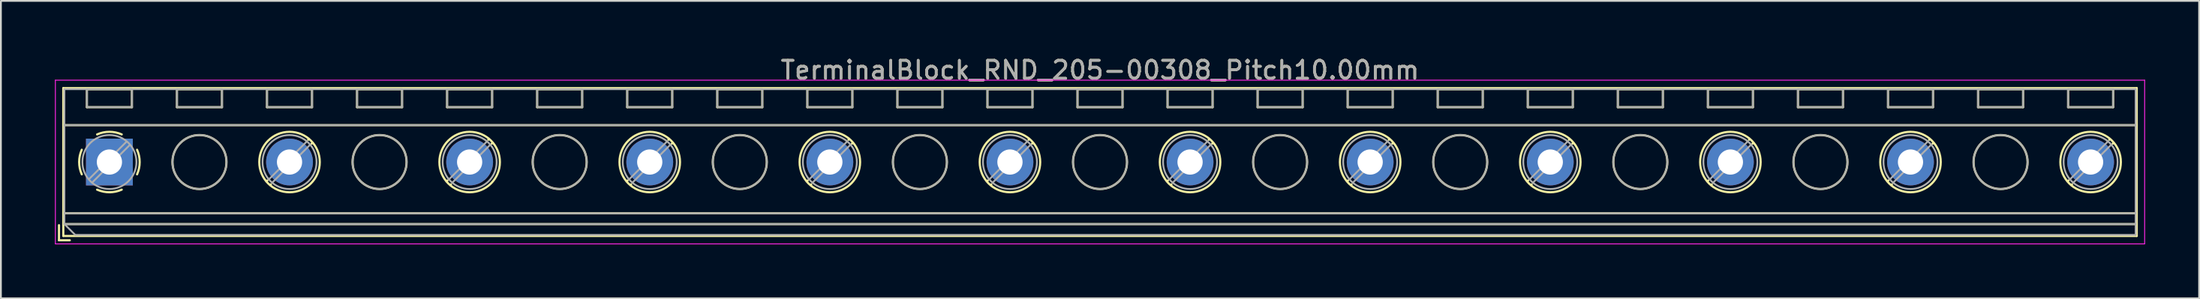
<source format=kicad_pcb>
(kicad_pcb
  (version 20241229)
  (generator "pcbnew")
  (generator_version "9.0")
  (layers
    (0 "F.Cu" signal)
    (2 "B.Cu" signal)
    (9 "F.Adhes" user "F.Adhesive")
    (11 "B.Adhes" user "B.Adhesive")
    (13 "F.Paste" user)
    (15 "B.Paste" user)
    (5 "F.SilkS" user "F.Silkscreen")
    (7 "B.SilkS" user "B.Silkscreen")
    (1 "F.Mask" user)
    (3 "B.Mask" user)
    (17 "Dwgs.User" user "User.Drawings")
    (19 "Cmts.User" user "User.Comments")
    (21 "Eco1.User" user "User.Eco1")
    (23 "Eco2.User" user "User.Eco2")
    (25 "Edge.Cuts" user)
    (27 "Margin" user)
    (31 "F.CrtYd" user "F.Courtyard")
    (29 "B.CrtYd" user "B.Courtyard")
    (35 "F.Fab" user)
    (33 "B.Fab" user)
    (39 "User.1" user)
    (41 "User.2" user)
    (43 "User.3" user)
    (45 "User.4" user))
  (footprint "TerminalBlock_RND_205-00308_Pitch10.00mm"
    (layer "F.Cu")
    (at 3.025 5.958)
    (property "Reference" "TerminalBlock_RND_205-00308_Pitch10.00mm" (at 55 -5.11 0) (layer "F.SilkS") (effects (font (size 1 1) (thickness 0.15))))
    (attr through_hole)
    (fp_line (start -2.8 3.51) (end -2.8 4.35) (stroke (width 0.12) (type solid)) (layer "F.SilkS"))
    (fp_line (start -2.8 4.35) (end -2.2 4.35) (stroke (width 0.12) (type solid)) (layer "F.SilkS"))
    (fp_line (start -2.56 -4.11) (end -2.56 4.11) (stroke (width 0.12) (type solid)) (layer "F.SilkS"))
    (fp_line (start -2.56 -2.05) (end 112.56 -2.05) (stroke (width 0.12) (type solid)) (layer "F.SilkS"))
    (fp_line (start -2.56 2.85) (end 112.56 2.85) (stroke (width 0.12) (type solid)) (layer "F.SilkS"))
    (fp_line (start -2.56 3.45) (end 112.56 3.45) (stroke (width 0.12) (type solid)) (layer "F.SilkS"))
    (fp_line (start -2.56 4.11) (end 112.56 4.11) (stroke (width 0.12) (type solid)) (layer "F.SilkS"))
    (fp_line (start -1.25 -4.05) (end -1.25 -3.05) (stroke (width 0.12) (type solid)) (layer "F.SilkS"))
    (fp_line (start -1.25 -4.05) (end 1.25 -4.05) (stroke (width 0.12) (type solid)) (layer "F.SilkS"))
    (fp_line (start -1.25 -3.05) (end 1.25 -3.05) (stroke (width 0.12) (type solid)) (layer "F.SilkS"))
    (fp_line (start 1.25 -4.05) (end 1.25 -3.05) (stroke (width 0.12) (type solid)) (layer "F.SilkS"))
    (fp_line (start 3.75 -4.05) (end 3.75 -3.05) (stroke (width 0.12) (type solid)) (layer "F.SilkS"))
    (fp_line (start 3.75 -4.05) (end 6.25 -4.05) (stroke (width 0.12) (type solid)) (layer "F.SilkS"))
    (fp_line (start 3.75 -3.05) (end 6.25 -3.05) (stroke (width 0.12) (type solid)) (layer "F.SilkS"))
    (fp_line (start 6.25 -4.05) (end 6.25 -3.05) (stroke (width 0.12) (type solid)) (layer "F.SilkS"))
    (fp_line (start 8.75 -4.05) (end 8.75 -3.05) (stroke (width 0.12) (type solid)) (layer "F.SilkS"))
    (fp_line (start 8.75 -4.05) (end 11.25 -4.05) (stroke (width 0.12) (type solid)) (layer "F.SilkS"))
    (fp_line (start 8.75 -3.05) (end 11.25 -3.05) (stroke (width 0.12) (type solid)) (layer "F.SilkS"))
    (fp_line (start 8.773 1.023) (end 8.726 1.069) (stroke (width 0.12) (type solid)) (layer "F.SilkS"))
    (fp_line (start 8.966 1.239) (end 8.931 1.274) (stroke (width 0.12) (type solid)) (layer "F.SilkS"))
    (fp_line (start 11.07 -1.275) (end 11.035 -1.239) (stroke (width 0.12) (type solid)) (layer "F.SilkS"))
    (fp_line (start 11.25 -4.05) (end 11.25 -3.05) (stroke (width 0.12) (type solid)) (layer "F.SilkS"))
    (fp_line (start 11.275 -1.069) (end 11.228 -1.023) (stroke (width 0.12) (type solid)) (layer "F.SilkS"))
    (fp_line (start 13.75 -4.05) (end 13.75 -3.05) (stroke (width 0.12) (type solid)) (layer "F.SilkS"))
    (fp_line (start 13.75 -4.05) (end 16.25 -4.05) (stroke (width 0.12) (type solid)) (layer "F.SilkS"))
    (fp_line (start 13.75 -3.05) (end 16.25 -3.05) (stroke (width 0.12) (type solid)) (layer "F.SilkS"))
    (fp_line (start 16.25 -4.05) (end 16.25 -3.05) (stroke (width 0.12) (type solid)) (layer "F.SilkS"))
    (fp_line (start 18.75 -4.05) (end 18.75 -3.05) (stroke (width 0.12) (type solid)) (layer "F.SilkS"))
    (fp_line (start 18.75 -4.05) (end 21.25 -4.05) (stroke (width 0.12) (type solid)) (layer "F.SilkS"))
    (fp_line (start 18.75 -3.05) (end 21.25 -3.05) (stroke (width 0.12) (type solid)) (layer "F.SilkS"))
    (fp_line (start 18.773 1.023) (end 18.726 1.069) (stroke (width 0.12) (type solid)) (layer "F.SilkS"))
    (fp_line (start 18.966 1.239) (end 18.931 1.274) (stroke (width 0.12) (type solid)) (layer "F.SilkS"))
    (fp_line (start 21.07 -1.275) (end 21.035 -1.239) (stroke (width 0.12) (type solid)) (layer "F.SilkS"))
    (fp_line (start 21.25 -4.05) (end 21.25 -3.05) (stroke (width 0.12) (type solid)) (layer "F.SilkS"))
    (fp_line (start 21.275 -1.069) (end 21.228 -1.023) (stroke (width 0.12) (type solid)) (layer "F.SilkS"))
    (fp_line (start 23.75 -4.05) (end 23.75 -3.05) (stroke (width 0.12) (type solid)) (layer "F.SilkS"))
    (fp_line (start 23.75 -4.05) (end 26.25 -4.05) (stroke (width 0.12) (type solid)) (layer "F.SilkS"))
    (fp_line (start 23.75 -3.05) (end 26.25 -3.05) (stroke (width 0.12) (type solid)) (layer "F.SilkS"))
    (fp_line (start 26.25 -4.05) (end 26.25 -3.05) (stroke (width 0.12) (type solid)) (layer "F.SilkS"))
    (fp_line (start 28.75 -4.05) (end 28.75 -3.05) (stroke (width 0.12) (type solid)) (layer "F.SilkS"))
    (fp_line (start 28.75 -4.05) (end 31.25 -4.05) (stroke (width 0.12) (type solid)) (layer "F.SilkS"))
    (fp_line (start 28.75 -3.05) (end 31.25 -3.05) (stroke (width 0.12) (type solid)) (layer "F.SilkS"))
    (fp_line (start 28.773 1.023) (end 28.726 1.069) (stroke (width 0.12) (type solid)) (layer "F.SilkS"))
    (fp_line (start 28.966 1.239) (end 28.931 1.274) (stroke (width 0.12) (type solid)) (layer "F.SilkS"))
    (fp_line (start 31.07 -1.275) (end 31.035 -1.239) (stroke (width 0.12) (type solid)) (layer "F.SilkS"))
    (fp_line (start 31.25 -4.05) (end 31.25 -3.05) (stroke (width 0.12) (type solid)) (layer "F.SilkS"))
    (fp_line (start 31.275 -1.069) (end 31.228 -1.023) (stroke (width 0.12) (type solid)) (layer "F.SilkS"))
    (fp_line (start 33.75 -4.05) (end 33.75 -3.05) (stroke (width 0.12) (type solid)) (layer "F.SilkS"))
    (fp_line (start 33.75 -4.05) (end 36.25 -4.05) (stroke (width 0.12) (type solid)) (layer "F.SilkS"))
    (fp_line (start 33.75 -3.05) (end 36.25 -3.05) (stroke (width 0.12) (type solid)) (layer "F.SilkS"))
    (fp_line (start 36.25 -4.05) (end 36.25 -3.05) (stroke (width 0.12) (type solid)) (layer "F.SilkS"))
    (fp_line (start 38.75 -4.05) (end 38.75 -3.05) (stroke (width 0.12) (type solid)) (layer "F.SilkS"))
    (fp_line (start 38.75 -4.05) (end 41.25 -4.05) (stroke (width 0.12) (type solid)) (layer "F.SilkS"))
    (fp_line (start 38.75 -3.05) (end 41.25 -3.05) (stroke (width 0.12) (type solid)) (layer "F.SilkS"))
    (fp_line (start 38.773 1.023) (end 38.726 1.069) (stroke (width 0.12) (type solid)) (layer "F.SilkS"))
    (fp_line (start 38.966 1.239) (end 38.931 1.274) (stroke (width 0.12) (type solid)) (layer "F.SilkS"))
    (fp_line (start 41.07 -1.275) (end 41.035 -1.239) (stroke (width 0.12) (type solid)) (layer "F.SilkS"))
    (fp_line (start 41.25 -4.05) (end 41.25 -3.05) (stroke (width 0.12) (type solid)) (layer "F.SilkS"))
    (fp_line (start 41.275 -1.069) (end 41.228 -1.023) (stroke (width 0.12) (type solid)) (layer "F.SilkS"))
    (fp_line (start 43.75 -4.05) (end 43.75 -3.05) (stroke (width 0.12) (type solid)) (layer "F.SilkS"))
    (fp_line (start 43.75 -4.05) (end 46.25 -4.05) (stroke (width 0.12) (type solid)) (layer "F.SilkS"))
    (fp_line (start 43.75 -3.05) (end 46.25 -3.05) (stroke (width 0.12) (type solid)) (layer "F.SilkS"))
    (fp_line (start 46.25 -4.05) (end 46.25 -3.05) (stroke (width 0.12) (type solid)) (layer "F.SilkS"))
    (fp_line (start 48.75 -4.05) (end 48.75 -3.05) (stroke (width 0.12) (type solid)) (layer "F.SilkS"))
    (fp_line (start 48.75 -4.05) (end 51.25 -4.05) (stroke (width 0.12) (type solid)) (layer "F.SilkS"))
    (fp_line (start 48.75 -3.05) (end 51.25 -3.05) (stroke (width 0.12) (type solid)) (layer "F.SilkS"))
    (fp_line (start 48.773 1.023) (end 48.726 1.069) (stroke (width 0.12) (type solid)) (layer "F.SilkS"))
    (fp_line (start 48.966 1.239) (end 48.931 1.274) (stroke (width 0.12) (type solid)) (layer "F.SilkS"))
    (fp_line (start 51.07 -1.275) (end 51.035 -1.239) (stroke (width 0.12) (type solid)) (layer "F.SilkS"))
    (fp_line (start 51.25 -4.05) (end 51.25 -3.05) (stroke (width 0.12) (type solid)) (layer "F.SilkS"))
    (fp_line (start 51.275 -1.069) (end 51.228 -1.023) (stroke (width 0.12) (type solid)) (layer "F.SilkS"))
    (fp_line (start 53.75 -4.05) (end 53.75 -3.05) (stroke (width 0.12) (type solid)) (layer "F.SilkS"))
    (fp_line (start 53.75 -4.05) (end 56.25 -4.05) (stroke (width 0.12) (type solid)) (layer "F.SilkS"))
    (fp_line (start 53.75 -3.05) (end 56.25 -3.05) (stroke (width 0.12) (type solid)) (layer "F.SilkS"))
    (fp_line (start 56.25 -4.05) (end 56.25 -3.05) (stroke (width 0.12) (type solid)) (layer "F.SilkS"))
    (fp_line (start 58.75 -4.05) (end 58.75 -3.05) (stroke (width 0.12) (type solid)) (layer "F.SilkS"))
    (fp_line (start 58.75 -4.05) (end 61.25 -4.05) (stroke (width 0.12) (type solid)) (layer "F.SilkS"))
    (fp_line (start 58.75 -3.05) (end 61.25 -3.05) (stroke (width 0.12) (type solid)) (layer "F.SilkS"))
    (fp_line (start 58.773 1.023) (end 58.726 1.069) (stroke (width 0.12) (type solid)) (layer "F.SilkS"))
    (fp_line (start 58.966 1.239) (end 58.931 1.274) (stroke (width 0.12) (type solid)) (layer "F.SilkS"))
    (fp_line (start 61.07 -1.275) (end 61.035 -1.239) (stroke (width 0.12) (type solid)) (layer "F.SilkS"))
    (fp_line (start 61.25 -4.05) (end 61.25 -3.05) (stroke (width 0.12) (type solid)) (layer "F.SilkS"))
    (fp_line (start 61.275 -1.069) (end 61.228 -1.023) (stroke (width 0.12) (type solid)) (layer "F.SilkS"))
    (fp_line (start 63.75 -4.05) (end 63.75 -3.05) (stroke (width 0.12) (type solid)) (layer "F.SilkS"))
    (fp_line (start 63.75 -4.05) (end 66.25 -4.05) (stroke (width 0.12) (type solid)) (layer "F.SilkS"))
    (fp_line (start 63.75 -3.05) (end 66.25 -3.05) (stroke (width 0.12) (type solid)) (layer "F.SilkS"))
    (fp_line (start 66.25 -4.05) (end 66.25 -3.05) (stroke (width 0.12) (type solid)) (layer "F.SilkS"))
    (fp_line (start 68.75 -4.05) (end 68.75 -3.05) (stroke (width 0.12) (type solid)) (layer "F.SilkS"))
    (fp_line (start 68.75 -4.05) (end 71.25 -4.05) (stroke (width 0.12) (type solid)) (layer "F.SilkS"))
    (fp_line (start 68.75 -3.05) (end 71.25 -3.05) (stroke (width 0.12) (type solid)) (layer "F.SilkS"))
    (fp_line (start 68.773 1.023) (end 68.726 1.069) (stroke (width 0.12) (type solid)) (layer "F.SilkS"))
    (fp_line (start 68.966 1.239) (end 68.931 1.274) (stroke (width 0.12) (type solid)) (layer "F.SilkS"))
    (fp_line (start 71.07 -1.275) (end 71.035 -1.239) (stroke (width 0.12) (type solid)) (layer "F.SilkS"))
    (fp_line (start 71.25 -4.05) (end 71.25 -3.05) (stroke (width 0.12) (type solid)) (layer "F.SilkS"))
    (fp_line (start 71.275 -1.069) (end 71.228 -1.023) (stroke (width 0.12) (type solid)) (layer "F.SilkS"))
    (fp_line (start 73.75 -4.05) (end 73.75 -3.05) (stroke (width 0.12) (type solid)) (layer "F.SilkS"))
    (fp_line (start 73.75 -4.05) (end 76.25 -4.05) (stroke (width 0.12) (type solid)) (layer "F.SilkS"))
    (fp_line (start 73.75 -3.05) (end 76.25 -3.05) (stroke (width 0.12) (type solid)) (layer "F.SilkS"))
    (fp_line (start 76.25 -4.05) (end 76.25 -3.05) (stroke (width 0.12) (type solid)) (layer "F.SilkS"))
    (fp_line (start 78.75 -4.05) (end 78.75 -3.05) (stroke (width 0.12) (type solid)) (layer "F.SilkS"))
    (fp_line (start 78.75 -4.05) (end 81.25 -4.05) (stroke (width 0.12) (type solid)) (layer "F.SilkS"))
    (fp_line (start 78.75 -3.05) (end 81.25 -3.05) (stroke (width 0.12) (type solid)) (layer "F.SilkS"))
    (fp_line (start 78.773 1.023) (end 78.726 1.069) (stroke (width 0.12) (type solid)) (layer "F.SilkS"))
    (fp_line (start 78.966 1.239) (end 78.931 1.274) (stroke (width 0.12) (type solid)) (layer "F.SilkS"))
    (fp_line (start 81.07 -1.275) (end 81.035 -1.239) (stroke (width 0.12) (type solid)) (layer "F.SilkS"))
    (fp_line (start 81.25 -4.05) (end 81.25 -3.05) (stroke (width 0.12) (type solid)) (layer "F.SilkS"))
    (fp_line (start 81.275 -1.069) (end 81.228 -1.023) (stroke (width 0.12) (type solid)) (layer "F.SilkS"))
    (fp_line (start 83.75 -4.05) (end 83.75 -3.05) (stroke (width 0.12) (type solid)) (layer "F.SilkS"))
    (fp_line (start 83.75 -4.05) (end 86.25 -4.05) (stroke (width 0.12) (type solid)) (layer "F.SilkS"))
    (fp_line (start 83.75 -3.05) (end 86.25 -3.05) (stroke (width 0.12) (type solid)) (layer "F.SilkS"))
    (fp_line (start 86.25 -4.05) (end 86.25 -3.05) (stroke (width 0.12) (type solid)) (layer "F.SilkS"))
    (fp_line (start 88.75 -4.05) (end 88.75 -3.05) (stroke (width 0.12) (type solid)) (layer "F.SilkS"))
    (fp_line (start 88.75 -4.05) (end 91.25 -4.05) (stroke (width 0.12) (type solid)) (layer "F.SilkS"))
    (fp_line (start 88.75 -3.05) (end 91.25 -3.05) (stroke (width 0.12) (type solid)) (layer "F.SilkS"))
    (fp_line (start 88.773 1.023) (end 88.726 1.069) (stroke (width 0.12) (type solid)) (layer "F.SilkS"))
    (fp_line (start 88.966 1.239) (end 88.931 1.274) (stroke (width 0.12) (type solid)) (layer "F.SilkS"))
    (fp_line (start 91.07 -1.275) (end 91.035 -1.239) (stroke (width 0.12) (type solid)) (layer "F.SilkS"))
    (fp_line (start 91.25 -4.05) (end 91.25 -3.05) (stroke (width 0.12) (type solid)) (layer "F.SilkS"))
    (fp_line (start 91.275 -1.069) (end 91.228 -1.023) (stroke (width 0.12) (type solid)) (layer "F.SilkS"))
    (fp_line (start 93.75 -4.05) (end 93.75 -3.05) (stroke (width 0.12) (type solid)) (layer "F.SilkS"))
    (fp_line (start 93.75 -4.05) (end 96.25 -4.05) (stroke (width 0.12) (type solid)) (layer "F.SilkS"))
    (fp_line (start 93.75 -3.05) (end 96.25 -3.05) (stroke (width 0.12) (type solid)) (layer "F.SilkS"))
    (fp_line (start 96.25 -4.05) (end 96.25 -3.05) (stroke (width 0.12) (type solid)) (layer "F.SilkS"))
    (fp_line (start 98.75 -4.05) (end 98.75 -3.05) (stroke (width 0.12) (type solid)) (layer "F.SilkS"))
    (fp_line (start 98.75 -4.05) (end 101.25 -4.05) (stroke (width 0.12) (type solid)) (layer "F.SilkS"))
    (fp_line (start 98.75 -3.05) (end 101.25 -3.05) (stroke (width 0.12) (type solid)) (layer "F.SilkS"))
    (fp_line (start 98.773 1.023) (end 98.726 1.069) (stroke (width 0.12) (type solid)) (layer "F.SilkS"))
    (fp_line (start 98.966 1.239) (end 98.931 1.274) (stroke (width 0.12) (type solid)) (layer "F.SilkS"))
    (fp_line (start 101.07 -1.275) (end 101.035 -1.239) (stroke (width 0.12) (type solid)) (layer "F.SilkS"))
    (fp_line (start 101.25 -4.05) (end 101.25 -3.05) (stroke (width 0.12) (type solid)) (layer "F.SilkS"))
    (fp_line (start 101.275 -1.069) (end 101.228 -1.023) (stroke (width 0.12) (type solid)) (layer "F.SilkS"))
    (fp_line (start 103.75 -4.05) (end 103.75 -3.05) (stroke (width 0.12) (type solid)) (layer "F.SilkS"))
    (fp_line (start 103.75 -4.05) (end 106.25 -4.05) (stroke (width 0.12) (type solid)) (layer "F.SilkS"))
    (fp_line (start 103.75 -3.05) (end 106.25 -3.05) (stroke (width 0.12) (type solid)) (layer "F.SilkS"))
    (fp_line (start 106.25 -4.05) (end 106.25 -3.05) (stroke (width 0.12) (type solid)) (layer "F.SilkS"))
    (fp_line (start 108.75 -4.05) (end 108.75 -3.05) (stroke (width 0.12) (type solid)) (layer "F.SilkS"))
    (fp_line (start 108.75 -4.05) (end 111.25 -4.05) (stroke (width 0.12) (type solid)) (layer "F.SilkS"))
    (fp_line (start 108.75 -3.05) (end 111.25 -3.05) (stroke (width 0.12) (type solid)) (layer "F.SilkS"))
    (fp_line (start 108.773 1.023) (end 108.726 1.069) (stroke (width 0.12) (type solid)) (layer "F.SilkS"))
    (fp_line (start 108.966 1.239) (end 108.931 1.274) (stroke (width 0.12) (type solid)) (layer "F.SilkS"))
    (fp_line (start 111.07 -1.275) (end 111.035 -1.239) (stroke (width 0.12) (type solid)) (layer "F.SilkS"))
    (fp_line (start 111.25 -4.05) (end 111.25 -3.05) (stroke (width 0.12) (type solid)) (layer "F.SilkS"))
    (fp_line (start 111.275 -1.069) (end 111.228 -1.023) (stroke (width 0.12) (type solid)) (layer "F.SilkS"))
    (fp_line (start 112.56 -4.11) (end -2.56 -4.11) (stroke (width 0.12) (type solid)) (layer "F.SilkS"))
    (fp_line (start 112.56 4.11) (end 112.56 -4.11) (stroke (width 0.12) (type solid)) (layer "F.SilkS"))
    (fp_arc (start -1.535427 0.683042) (mid -1.680501 -0.000524) (end -1.535 -0.684) (stroke (width 0.12) (type solid)) (layer "F.SilkS"))
    (fp_arc (start -0.683042 -1.535427) (mid 0.000524 -1.680501) (end 0.684 -1.535) (stroke (width 0.12) (type solid)) (layer "F.SilkS"))
    (fp_arc (start 0.028805 1.680253) (mid -0.335551 1.646659) (end -0.684 1.535) (stroke (width 0.12) (type solid)) (layer "F.SilkS"))
    (fp_arc (start 0.683318 1.534756) (mid 0.349292 1.643288) (end 0 1.68) (stroke (width 0.12) (type solid)) (layer "F.SilkS"))
    (fp_arc (start 1.535427 -0.683042) (mid 1.680501 0.000524) (end 1.535 0.684) (stroke (width 0.12) (type solid)) (layer "F.SilkS"))
    (fp_circle (center 5 0) (end 6.5 0) (stroke (width 0.12) (type solid)) (fill no) (layer "F.SilkS"))
    (fp_circle (center 10 0) (end 11.68 0) (stroke (width 0.12) (type solid)) (fill no) (layer "F.SilkS"))
    (fp_circle (center 15 0) (end 16.5 0) (stroke (width 0.12) (type solid)) (fill no) (layer "F.SilkS"))
    (fp_circle (center 20 0) (end 21.68 0) (stroke (width 0.12) (type solid)) (fill no) (layer "F.SilkS"))
    (fp_circle (center 25 0) (end 26.5 0) (stroke (width 0.12) (type solid)) (fill no) (layer "F.SilkS"))
    (fp_circle (center 30 0) (end 31.68 0) (stroke (width 0.12) (type solid)) (fill no) (layer "F.SilkS"))
    (fp_circle (center 35 0) (end 36.5 0) (stroke (width 0.12) (type solid)) (fill no) (layer "F.SilkS"))
    (fp_circle (center 40 0) (end 41.68 0) (stroke (width 0.12) (type solid)) (fill no) (layer "F.SilkS"))
    (fp_circle (center 45 0) (end 46.5 0) (stroke (width 0.12) (type solid)) (fill no) (layer "F.SilkS"))
    (fp_circle (center 50 0) (end 51.68 0) (stroke (width 0.12) (type solid)) (fill no) (layer "F.SilkS"))
    (fp_circle (center 55 0) (end 56.5 0) (stroke (width 0.12) (type solid)) (fill no) (layer "F.SilkS"))
    (fp_circle (center 60 0) (end 61.68 0) (stroke (width 0.12) (type solid)) (fill no) (layer "F.SilkS"))
    (fp_circle (center 65 0) (end 66.5 0) (stroke (width 0.12) (type solid)) (fill no) (layer "F.SilkS"))
    (fp_circle (center 70 0) (end 71.68 0) (stroke (width 0.12) (type solid)) (fill no) (layer "F.SilkS"))
    (fp_circle (center 75 0) (end 76.5 0) (stroke (width 0.12) (type solid)) (fill no) (layer "F.SilkS"))
    (fp_circle (center 80 0) (end 81.68 0) (stroke (width 0.12) (type solid)) (fill no) (layer "F.SilkS"))
    (fp_circle (center 85 0) (end 86.5 0) (stroke (width 0.12) (type solid)) (fill no) (layer "F.SilkS"))
    (fp_circle (center 90 0) (end 91.68 0) (stroke (width 0.12) (type solid)) (fill no) (layer "F.SilkS"))
    (fp_circle (center 95 0) (end 96.5 0) (stroke (width 0.12) (type solid)) (fill no) (layer "F.SilkS"))
    (fp_circle (center 100 0) (end 101.68 0) (stroke (width 0.12) (type solid)) (fill no) (layer "F.SilkS"))
    (fp_circle (center 105 0) (end 106.5 0) (stroke (width 0.12) (type solid)) (fill no) (layer "F.SilkS"))
    (fp_circle (center 110 0) (end 111.68 0) (stroke (width 0.12) (type solid)) (fill no) (layer "F.SilkS"))
    (fp_line (start -3 -4.55) (end -3 4.55) (stroke (width 0.05) (type solid)) (layer "F.CrtYd"))
    (fp_line (start -3 4.55) (end 113 4.55) (stroke (width 0.05) (type solid)) (layer "F.CrtYd"))
    (fp_line (start 113 -4.55) (end -3 -4.55) (stroke (width 0.05) (type solid)) (layer "F.CrtYd"))
    (fp_line (start 113 4.55) (end 113 -4.55) (stroke (width 0.05) (type solid)) (layer "F.CrtYd"))
    (fp_line (start -2.5 -4.05) (end 112.5 -4.05) (stroke (width 0.1) (type solid)) (layer "F.Fab"))
    (fp_line (start -2.5 -2.05) (end 112.5 -2.05) (stroke (width 0.1) (type solid)) (layer "F.Fab"))
    (fp_line (start -2.5 2.85) (end 112.5 2.85) (stroke (width 0.1) (type solid)) (layer "F.Fab"))
    (fp_line (start -2.5 3.45) (end -2.5 -4.05) (stroke (width 0.1) (type solid)) (layer "F.Fab"))
    (fp_line (start -2.5 3.45) (end 112.5 3.45) (stroke (width 0.1) (type solid)) (layer "F.Fab"))
    (fp_line (start -1.9 4.05) (end -2.5 3.45) (stroke (width 0.1) (type solid)) (layer "F.Fab"))
    (fp_line (start -1.25 -4.05) (end -1.25 -3.05) (stroke (width 0.1) (type solid)) (layer "F.Fab"))
    (fp_line (start -1.25 -3.05) (end 1.25 -3.05) (stroke (width 0.1) (type solid)) (layer "F.Fab"))
    (fp_line (start 0.955 -1.138) (end -1.138 0.955) (stroke (width 0.1) (type solid)) (layer "F.Fab"))
    (fp_line (start 1.138 -0.955) (end -0.955 1.138) (stroke (width 0.1) (type solid)) (layer "F.Fab"))
    (fp_line (start 1.25 -4.05) (end -1.25 -4.05) (stroke (width 0.1) (type solid)) (layer "F.Fab"))
    (fp_line (start 1.25 -3.05) (end 1.25 -4.05) (stroke (width 0.1) (type solid)) (layer "F.Fab"))
    (fp_line (start 3.75 -4.05) (end 3.75 -3.05) (stroke (width 0.1) (type solid)) (layer "F.Fab"))
    (fp_line (start 3.75 -3.05) (end 6.25 -3.05) (stroke (width 0.1) (type solid)) (layer "F.Fab"))
    (fp_line (start 6.25 -4.05) (end 3.75 -4.05) (stroke (width 0.1) (type solid)) (layer "F.Fab"))
    (fp_line (start 6.25 -3.05) (end 6.25 -4.05) (stroke (width 0.1) (type solid)) (layer "F.Fab"))
    (fp_line (start 8.75 -4.05) (end 8.75 -3.05) (stroke (width 0.1) (type solid)) (layer "F.Fab"))
    (fp_line (start 8.75 -3.05) (end 11.25 -3.05) (stroke (width 0.1) (type solid)) (layer "F.Fab"))
    (fp_line (start 10.955 -1.138) (end 8.863 0.955) (stroke (width 0.1) (type solid)) (layer "F.Fab"))
    (fp_line (start 11.138 -0.955) (end 9.046 1.138) (stroke (width 0.1) (type solid)) (layer "F.Fab"))
    (fp_line (start 11.25 -4.05) (end 8.75 -4.05) (stroke (width 0.1) (type solid)) (layer "F.Fab"))
    (fp_line (start 11.25 -3.05) (end 11.25 -4.05) (stroke (width 0.1) (type solid)) (layer "F.Fab"))
    (fp_line (start 13.75 -4.05) (end 13.75 -3.05) (stroke (width 0.1) (type solid)) (layer "F.Fab"))
    (fp_line (start 13.75 -3.05) (end 16.25 -3.05) (stroke (width 0.1) (type solid)) (layer "F.Fab"))
    (fp_line (start 16.25 -4.05) (end 13.75 -4.05) (stroke (width 0.1) (type solid)) (layer "F.Fab"))
    (fp_line (start 16.25 -3.05) (end 16.25 -4.05) (stroke (width 0.1) (type solid)) (layer "F.Fab"))
    (fp_line (start 18.75 -4.05) (end 18.75 -3.05) (stroke (width 0.1) (type solid)) (layer "F.Fab"))
    (fp_line (start 18.75 -3.05) (end 21.25 -3.05) (stroke (width 0.1) (type solid)) (layer "F.Fab"))
    (fp_line (start 20.955 -1.138) (end 18.863 0.955) (stroke (width 0.1) (type solid)) (layer "F.Fab"))
    (fp_line (start 21.138 -0.955) (end 19.046 1.138) (stroke (width 0.1) (type solid)) (layer "F.Fab"))
    (fp_line (start 21.25 -4.05) (end 18.75 -4.05) (stroke (width 0.1) (type solid)) (layer "F.Fab"))
    (fp_line (start 21.25 -3.05) (end 21.25 -4.05) (stroke (width 0.1) (type solid)) (layer "F.Fab"))
    (fp_line (start 23.75 -4.05) (end 23.75 -3.05) (stroke (width 0.1) (type solid)) (layer "F.Fab"))
    (fp_line (start 23.75 -3.05) (end 26.25 -3.05) (stroke (width 0.1) (type solid)) (layer "F.Fab"))
    (fp_line (start 26.25 -4.05) (end 23.75 -4.05) (stroke (width 0.1) (type solid)) (layer "F.Fab"))
    (fp_line (start 26.25 -3.05) (end 26.25 -4.05) (stroke (width 0.1) (type solid)) (layer "F.Fab"))
    (fp_line (start 28.75 -4.05) (end 28.75 -3.05) (stroke (width 0.1) (type solid)) (layer "F.Fab"))
    (fp_line (start 28.75 -3.05) (end 31.25 -3.05) (stroke (width 0.1) (type solid)) (layer "F.Fab"))
    (fp_line (start 30.955 -1.138) (end 28.863 0.955) (stroke (width 0.1) (type solid)) (layer "F.Fab"))
    (fp_line (start 31.138 -0.955) (end 29.046 1.138) (stroke (width 0.1) (type solid)) (layer "F.Fab"))
    (fp_line (start 31.25 -4.05) (end 28.75 -4.05) (stroke (width 0.1) (type solid)) (layer "F.Fab"))
    (fp_line (start 31.25 -3.05) (end 31.25 -4.05) (stroke (width 0.1) (type solid)) (layer "F.Fab"))
    (fp_line (start 33.75 -4.05) (end 33.75 -3.05) (stroke (width 0.1) (type solid)) (layer "F.Fab"))
    (fp_line (start 33.75 -3.05) (end 36.25 -3.05) (stroke (width 0.1) (type solid)) (layer "F.Fab"))
    (fp_line (start 36.25 -4.05) (end 33.75 -4.05) (stroke (width 0.1) (type solid)) (layer "F.Fab"))
    (fp_line (start 36.25 -3.05) (end 36.25 -4.05) (stroke (width 0.1) (type solid)) (layer "F.Fab"))
    (fp_line (start 38.75 -4.05) (end 38.75 -3.05) (stroke (width 0.1) (type solid)) (layer "F.Fab"))
    (fp_line (start 38.75 -3.05) (end 41.25 -3.05) (stroke (width 0.1) (type solid)) (layer "F.Fab"))
    (fp_line (start 40.955 -1.138) (end 38.863 0.955) (stroke (width 0.1) (type solid)) (layer "F.Fab"))
    (fp_line (start 41.138 -0.955) (end 39.046 1.138) (stroke (width 0.1) (type solid)) (layer "F.Fab"))
    (fp_line (start 41.25 -4.05) (end 38.75 -4.05) (stroke (width 0.1) (type solid)) (layer "F.Fab"))
    (fp_line (start 41.25 -3.05) (end 41.25 -4.05) (stroke (width 0.1) (type solid)) (layer "F.Fab"))
    (fp_line (start 43.75 -4.05) (end 43.75 -3.05) (stroke (width 0.1) (type solid)) (layer "F.Fab"))
    (fp_line (start 43.75 -3.05) (end 46.25 -3.05) (stroke (width 0.1) (type solid)) (layer "F.Fab"))
    (fp_line (start 46.25 -4.05) (end 43.75 -4.05) (stroke (width 0.1) (type solid)) (layer "F.Fab"))
    (fp_line (start 46.25 -3.05) (end 46.25 -4.05) (stroke (width 0.1) (type solid)) (layer "F.Fab"))
    (fp_line (start 48.75 -4.05) (end 48.75 -3.05) (stroke (width 0.1) (type solid)) (layer "F.Fab"))
    (fp_line (start 48.75 -3.05) (end 51.25 -3.05) (stroke (width 0.1) (type solid)) (layer "F.Fab"))
    (fp_line (start 50.955 -1.138) (end 48.863 0.955) (stroke (width 0.1) (type solid)) (layer "F.Fab"))
    (fp_line (start 51.138 -0.955) (end 49.046 1.138) (stroke (width 0.1) (type solid)) (layer "F.Fab"))
    (fp_line (start 51.25 -4.05) (end 48.75 -4.05) (stroke (width 0.1) (type solid)) (layer "F.Fab"))
    (fp_line (start 51.25 -3.05) (end 51.25 -4.05) (stroke (width 0.1) (type solid)) (layer "F.Fab"))
    (fp_line (start 53.75 -4.05) (end 53.75 -3.05) (stroke (width 0.1) (type solid)) (layer "F.Fab"))
    (fp_line (start 53.75 -3.05) (end 56.25 -3.05) (stroke (width 0.1) (type solid)) (layer "F.Fab"))
    (fp_line (start 56.25 -4.05) (end 53.75 -4.05) (stroke (width 0.1) (type solid)) (layer "F.Fab"))
    (fp_line (start 56.25 -3.05) (end 56.25 -4.05) (stroke (width 0.1) (type solid)) (layer "F.Fab"))
    (fp_line (start 58.75 -4.05) (end 58.75 -3.05) (stroke (width 0.1) (type solid)) (layer "F.Fab"))
    (fp_line (start 58.75 -3.05) (end 61.25 -3.05) (stroke (width 0.1) (type solid)) (layer "F.Fab"))
    (fp_line (start 60.955 -1.138) (end 58.863 0.955) (stroke (width 0.1) (type solid)) (layer "F.Fab"))
    (fp_line (start 61.138 -0.955) (end 59.046 1.138) (stroke (width 0.1) (type solid)) (layer "F.Fab"))
    (fp_line (start 61.25 -4.05) (end 58.75 -4.05) (stroke (width 0.1) (type solid)) (layer "F.Fab"))
    (fp_line (start 61.25 -3.05) (end 61.25 -4.05) (stroke (width 0.1) (type solid)) (layer "F.Fab"))
    (fp_line (start 63.75 -4.05) (end 63.75 -3.05) (stroke (width 0.1) (type solid)) (layer "F.Fab"))
    (fp_line (start 63.75 -3.05) (end 66.25 -3.05) (stroke (width 0.1) (type solid)) (layer "F.Fab"))
    (fp_line (start 66.25 -4.05) (end 63.75 -4.05) (stroke (width 0.1) (type solid)) (layer "F.Fab"))
    (fp_line (start 66.25 -3.05) (end 66.25 -4.05) (stroke (width 0.1) (type solid)) (layer "F.Fab"))
    (fp_line (start 68.75 -4.05) (end 68.75 -3.05) (stroke (width 0.1) (type solid)) (layer "F.Fab"))
    (fp_line (start 68.75 -3.05) (end 71.25 -3.05) (stroke (width 0.1) (type solid)) (layer "F.Fab"))
    (fp_line (start 70.955 -1.138) (end 68.863 0.955) (stroke (width 0.1) (type solid)) (layer "F.Fab"))
    (fp_line (start 71.138 -0.955) (end 69.046 1.138) (stroke (width 0.1) (type solid)) (layer "F.Fab"))
    (fp_line (start 71.25 -4.05) (end 68.75 -4.05) (stroke (width 0.1) (type solid)) (layer "F.Fab"))
    (fp_line (start 71.25 -3.05) (end 71.25 -4.05) (stroke (width 0.1) (type solid)) (layer "F.Fab"))
    (fp_line (start 73.75 -4.05) (end 73.75 -3.05) (stroke (width 0.1) (type solid)) (layer "F.Fab"))
    (fp_line (start 73.75 -3.05) (end 76.25 -3.05) (stroke (width 0.1) (type solid)) (layer "F.Fab"))
    (fp_line (start 76.25 -4.05) (end 73.75 -4.05) (stroke (width 0.1) (type solid)) (layer "F.Fab"))
    (fp_line (start 76.25 -3.05) (end 76.25 -4.05) (stroke (width 0.1) (type solid)) (layer "F.Fab"))
    (fp_line (start 78.75 -4.05) (end 78.75 -3.05) (stroke (width 0.1) (type solid)) (layer "F.Fab"))
    (fp_line (start 78.75 -3.05) (end 81.25 -3.05) (stroke (width 0.1) (type solid)) (layer "F.Fab"))
    (fp_line (start 80.955 -1.138) (end 78.863 0.955) (stroke (width 0.1) (type solid)) (layer "F.Fab"))
    (fp_line (start 81.138 -0.955) (end 79.046 1.138) (stroke (width 0.1) (type solid)) (layer "F.Fab"))
    (fp_line (start 81.25 -4.05) (end 78.75 -4.05) (stroke (width 0.1) (type solid)) (layer "F.Fab"))
    (fp_line (start 81.25 -3.05) (end 81.25 -4.05) (stroke (width 0.1) (type solid)) (layer "F.Fab"))
    (fp_line (start 83.75 -4.05) (end 83.75 -3.05) (stroke (width 0.1) (type solid)) (layer "F.Fab"))
    (fp_line (start 83.75 -3.05) (end 86.25 -3.05) (stroke (width 0.1) (type solid)) (layer "F.Fab"))
    (fp_line (start 86.25 -4.05) (end 83.75 -4.05) (stroke (width 0.1) (type solid)) (layer "F.Fab"))
    (fp_line (start 86.25 -3.05) (end 86.25 -4.05) (stroke (width 0.1) (type solid)) (layer "F.Fab"))
    (fp_line (start 88.75 -4.05) (end 88.75 -3.05) (stroke (width 0.1) (type solid)) (layer "F.Fab"))
    (fp_line (start 88.75 -3.05) (end 91.25 -3.05) (stroke (width 0.1) (type solid)) (layer "F.Fab"))
    (fp_line (start 90.955 -1.138) (end 88.863 0.955) (stroke (width 0.1) (type solid)) (layer "F.Fab"))
    (fp_line (start 91.138 -0.955) (end 89.046 1.138) (stroke (width 0.1) (type solid)) (layer "F.Fab"))
    (fp_line (start 91.25 -4.05) (end 88.75 -4.05) (stroke (width 0.1) (type solid)) (layer "F.Fab"))
    (fp_line (start 91.25 -3.05) (end 91.25 -4.05) (stroke (width 0.1) (type solid)) (layer "F.Fab"))
    (fp_line (start 93.75 -4.05) (end 93.75 -3.05) (stroke (width 0.1) (type solid)) (layer "F.Fab"))
    (fp_line (start 93.75 -3.05) (end 96.25 -3.05) (stroke (width 0.1) (type solid)) (layer "F.Fab"))
    (fp_line (start 96.25 -4.05) (end 93.75 -4.05) (stroke (width 0.1) (type solid)) (layer "F.Fab"))
    (fp_line (start 96.25 -3.05) (end 96.25 -4.05) (stroke (width 0.1) (type solid)) (layer "F.Fab"))
    (fp_line (start 98.75 -4.05) (end 98.75 -3.05) (stroke (width 0.1) (type solid)) (layer "F.Fab"))
    (fp_line (start 98.75 -3.05) (end 101.25 -3.05) (stroke (width 0.1) (type solid)) (layer "F.Fab"))
    (fp_line (start 100.955 -1.138) (end 98.863 0.955) (stroke (width 0.1) (type solid)) (layer "F.Fab"))
    (fp_line (start 101.138 -0.955) (end 99.046 1.138) (stroke (width 0.1) (type solid)) (layer "F.Fab"))
    (fp_line (start 101.25 -4.05) (end 98.75 -4.05) (stroke (width 0.1) (type solid)) (layer "F.Fab"))
    (fp_line (start 101.25 -3.05) (end 101.25 -4.05) (stroke (width 0.1) (type solid)) (layer "F.Fab"))
    (fp_line (start 103.75 -4.05) (end 103.75 -3.05) (stroke (width 0.1) (type solid)) (layer "F.Fab"))
    (fp_line (start 103.75 -3.05) (end 106.25 -3.05) (stroke (width 0.1) (type solid)) (layer "F.Fab"))
    (fp_line (start 106.25 -4.05) (end 103.75 -4.05) (stroke (width 0.1) (type solid)) (layer "F.Fab"))
    (fp_line (start 106.25 -3.05) (end 106.25 -4.05) (stroke (width 0.1) (type solid)) (layer "F.Fab"))
    (fp_line (start 108.75 -4.05) (end 108.75 -3.05) (stroke (width 0.1) (type solid)) (layer "F.Fab"))
    (fp_line (start 108.75 -3.05) (end 111.25 -3.05) (stroke (width 0.1) (type solid)) (layer "F.Fab"))
    (fp_line (start 110.955 -1.138) (end 108.863 0.955) (stroke (width 0.1) (type solid)) (layer "F.Fab"))
    (fp_line (start 111.138 -0.955) (end 109.046 1.138) (stroke (width 0.1) (type solid)) (layer "F.Fab"))
    (fp_line (start 111.25 -4.05) (end 108.75 -4.05) (stroke (width 0.1) (type solid)) (layer "F.Fab"))
    (fp_line (start 111.25 -3.05) (end 111.25 -4.05) (stroke (width 0.1) (type solid)) (layer "F.Fab"))
    (fp_line (start 112.5 -4.05) (end 112.5 4.05) (stroke (width 0.1) (type solid)) (layer "F.Fab"))
    (fp_line (start 112.5 4.05) (end -1.9 4.05) (stroke (width 0.1) (type solid)) (layer "F.Fab"))
    (fp_circle (center 0 0) (end 1.5 0) (stroke (width 0.1) (type solid)) (fill no) (layer "F.Fab"))
    (fp_circle (center 5 0) (end 6.5 0) (stroke (width 0.1) (type solid)) (fill no) (layer "F.Fab"))
    (fp_circle (center 10 0) (end 11.5 0) (stroke (width 0.1) (type solid)) (fill no) (layer "F.Fab"))
    (fp_circle (center 15 0) (end 16.5 0) (stroke (width 0.1) (type solid)) (fill no) (layer "F.Fab"))
    (fp_circle (center 20 0) (end 21.5 0) (stroke (width 0.1) (type solid)) (fill no) (layer "F.Fab"))
    (fp_circle (center 25 0) (end 26.5 0) (stroke (width 0.1) (type solid)) (fill no) (layer "F.Fab"))
    (fp_circle (center 30 0) (end 31.5 0) (stroke (width 0.1) (type solid)) (fill no) (layer "F.Fab"))
    (fp_circle (center 35 0) (end 36.5 0) (stroke (width 0.1) (type solid)) (fill no) (layer "F.Fab"))
    (fp_circle (center 40 0) (end 41.5 0) (stroke (width 0.1) (type solid)) (fill no) (layer "F.Fab"))
    (fp_circle (center 45 0) (end 46.5 0) (stroke (width 0.1) (type solid)) (fill no) (layer "F.Fab"))
    (fp_circle (center 50 0) (end 51.5 0) (stroke (width 0.1) (type solid)) (fill no) (layer "F.Fab"))
    (fp_circle (center 55 0) (end 56.5 0) (stroke (width 0.1) (type solid)) (fill no) (layer "F.Fab"))
    (fp_circle (center 60 0) (end 61.5 0) (stroke (width 0.1) (type solid)) (fill no) (layer "F.Fab"))
    (fp_circle (center 65 0) (end 66.5 0) (stroke (width 0.1) (type solid)) (fill no) (layer "F.Fab"))
    (fp_circle (center 70 0) (end 71.5 0) (stroke (width 0.1) (type solid)) (fill no) (layer "F.Fab"))
    (fp_circle (center 75 0) (end 76.5 0) (stroke (width 0.1) (type solid)) (fill no) (layer "F.Fab"))
    (fp_circle (center 80 0) (end 81.5 0) (stroke (width 0.1) (type solid)) (fill no) (layer "F.Fab"))
    (fp_circle (center 85 0) (end 86.5 0) (stroke (width 0.1) (type solid)) (fill no) (layer "F.Fab"))
    (fp_circle (center 90 0) (end 91.5 0) (stroke (width 0.1) (type solid)) (fill no) (layer "F.Fab"))
    (fp_circle (center 95 0) (end 96.5 0) (stroke (width 0.1) (type solid)) (fill no) (layer "F.Fab"))
    (fp_circle (center 100 0) (end 101.5 0) (stroke (width 0.1) (type solid)) (fill no) (layer "F.Fab"))
    (fp_circle (center 105 0) (end 106.5 0) (stroke (width 0.1) (type solid)) (fill no) (layer "F.Fab"))
    (fp_circle (center 110 0) (end 111.5 0) (stroke (width 0.1) (type solid)) (fill no) (layer "F.Fab"))
    (fp_text user "${REFERENCE}" (at 55 -5.11 0) (layer "F.Fab") (effects (font (size 1 1) (thickness 0.15))))
    (pad "1" thru_hole rect (at 0 0) (size 2.6 2.6) (drill 1.4) (layers "*.Cu" "*.Mask"))
    (pad "2" thru_hole circle (at 10 0) (size 2.6 2.6) (drill 1.4) (layers "*.Cu" "*.Mask"))
    (pad "3" thru_hole circle (at 20 0) (size 2.6 2.6) (drill 1.4) (layers "*.Cu" "*.Mask"))
    (pad "4" thru_hole circle (at 30 0) (size 2.6 2.6) (drill 1.4) (layers "*.Cu" "*.Mask"))
    (pad "5" thru_hole circle (at 40 0) (size 2.6 2.6) (drill 1.4) (layers "*.Cu" "*.Mask"))
    (pad "6" thru_hole circle (at 50 0) (size 2.6 2.6) (drill 1.4) (layers "*.Cu" "*.Mask"))
    (pad "7" thru_hole circle (at 60 0) (size 2.6 2.6) (drill 1.4) (layers "*.Cu" "*.Mask"))
    (pad "8" thru_hole circle (at 70 0) (size 2.6 2.6) (drill 1.4) (layers "*.Cu" "*.Mask"))
    (pad "9" thru_hole circle (at 80 0) (size 2.6 2.6) (drill 1.4) (layers "*.Cu" "*.Mask"))
    (pad "10" thru_hole circle (at 90 0) (size 2.6 2.6) (drill 1.4) (layers "*.Cu" "*.Mask"))
    (pad "11" thru_hole circle (at 100 0) (size 2.6 2.6) (drill 1.4) (layers "*.Cu" "*.Mask"))
    (pad "12" thru_hole circle (at 110 0) (size 2.6 2.6) (drill 1.4) (layers "*.Cu" "*.Mask")))
  (gr_rect
    (start -3 -3)
    (end 119.05 13.533)
    (stroke (width 0.1) (type default))
    (fill no)
    (layer "Edge.Cuts")))
</source>
